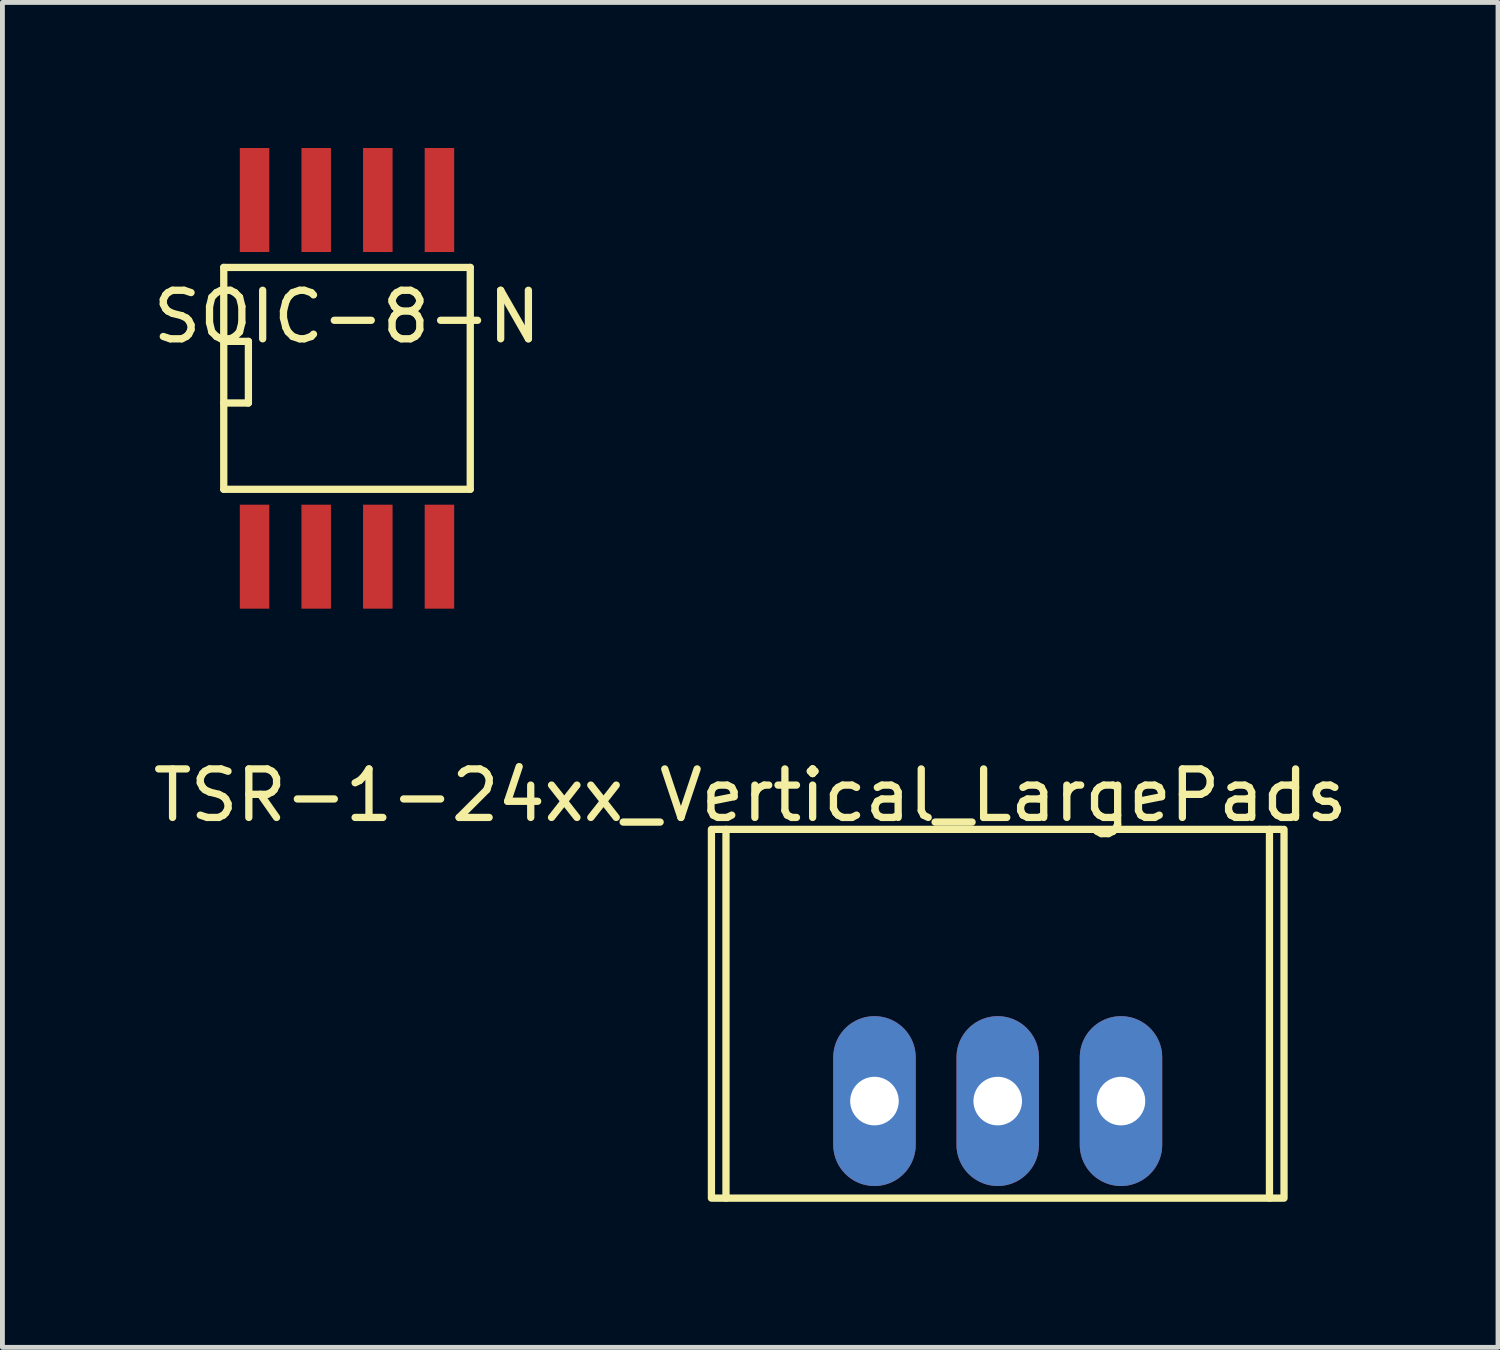
<source format=kicad_pcb>
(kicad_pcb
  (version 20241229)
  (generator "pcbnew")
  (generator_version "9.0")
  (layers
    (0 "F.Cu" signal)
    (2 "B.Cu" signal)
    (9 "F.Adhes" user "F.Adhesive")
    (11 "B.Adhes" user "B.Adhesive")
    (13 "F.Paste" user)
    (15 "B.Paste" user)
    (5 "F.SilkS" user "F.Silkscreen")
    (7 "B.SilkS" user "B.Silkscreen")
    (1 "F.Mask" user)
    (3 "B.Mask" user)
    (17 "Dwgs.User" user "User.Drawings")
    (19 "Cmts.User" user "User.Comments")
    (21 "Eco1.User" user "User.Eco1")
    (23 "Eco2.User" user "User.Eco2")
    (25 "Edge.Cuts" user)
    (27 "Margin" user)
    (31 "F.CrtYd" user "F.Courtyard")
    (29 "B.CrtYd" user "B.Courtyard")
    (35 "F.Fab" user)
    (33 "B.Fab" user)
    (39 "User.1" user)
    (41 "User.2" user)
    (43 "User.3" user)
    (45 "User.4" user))
  (footprint "TSR-1-24xx_Vertical_LargePads"
    (layer "F.Cu")
    (at 17.511 19.641)
    (property "Reference" "TSR-1-24xx_Vertical_LargePads" (at -5.1 -6.3 0) (layer "F.SilkS") (effects (font (size 1 1) (thickness 0.15))))
    (attr through_hole)
    (fp_line (start -5.9 -5.6) (end -5.9 2) (stroke (width 0.15) (type solid)) (layer "F.SilkS"))
    (fp_line (start -5.85 -5.6) (end 5.85 -5.6) (stroke (width 0.15) (type solid)) (layer "F.SilkS"))
    (fp_line (start -5.85 2) (end 5.85 2) (stroke (width 0.15) (type solid)) (layer "F.SilkS"))
    (fp_line (start -5.6 2) (end -5.6 -5.6) (stroke (width 0.15) (type solid)) (layer "F.SilkS"))
    (fp_line (start 5.6 -5.6) (end 5.6 2) (stroke (width 0.15) (type solid)) (layer "F.SilkS"))
    (fp_line (start 5.9 -5.6) (end 5.9 2) (stroke (width 0.15) (type solid)) (layer "F.SilkS"))
    (pad "1" thru_hole oval (at -2.54 0 90) (size 3.5 1.699) (drill 1.001) (layers "*.Cu" "*.Mask"))
    (pad "2" thru_hole oval (at 0 0 90) (size 3.5 1.699) (drill 1.001) (layers "*.Cu" "*.Mask"))
    (pad "3" thru_hole oval (at 2.54 0 90) (size 3.5 1.699) (drill 1.001) (layers "*.Cu" "*.Mask")))
  (footprint "SOIC-8-N"
    (layer "F.Cu")
    (at 4.101 4.747)
    (property "Reference" "SOIC-8-N" (at 0 -1.27 0) (layer "F.SilkS") (effects (font (size 1 1) (thickness 0.15))))
    (attr smd)
    (fp_line (start -2.54 -2.286) (end 2.54 -2.286) (stroke (width 0.15) (type solid)) (layer "F.SilkS"))
    (fp_line (start -2.54 -0.762) (end -2.032 -0.762) (stroke (width 0.15) (type solid)) (layer "F.SilkS"))
    (fp_line (start -2.54 2.286) (end -2.54 -2.286) (stroke (width 0.15) (type solid)) (layer "F.SilkS"))
    (fp_line (start -2.032 -0.762) (end -2.032 0.508) (stroke (width 0.15) (type solid)) (layer "F.SilkS"))
    (fp_line (start -2.032 0.508) (end -2.54 0.508) (stroke (width 0.15) (type solid)) (layer "F.SilkS"))
    (fp_line (start 2.54 -2.286) (end 2.54 2.286) (stroke (width 0.15) (type solid)) (layer "F.SilkS"))
    (fp_line (start 2.54 2.286) (end -2.54 2.286) (stroke (width 0.15) (type solid)) (layer "F.SilkS"))
    (pad "1" smd rect (at -1.905 3.675) (size 0.608 2.143) (layers "F.Cu" "F.Mask" "F.Paste"))
    (pad "2" smd rect (at -0.635 3.675) (size 0.608 2.143) (layers "F.Cu" "F.Mask" "F.Paste"))
    (pad "3" smd rect (at 0.635 3.675) (size 0.608 2.143) (layers "F.Cu" "F.Mask" "F.Paste"))
    (pad "4" smd rect (at 1.905 3.675) (size 0.608 2.143) (layers "F.Cu" "F.Mask" "F.Paste"))
    (pad "5" smd rect (at 1.905 -3.675) (size 0.608 2.143) (layers "F.Cu" "F.Mask" "F.Paste"))
    (pad "6" smd rect (at 0.635 -3.675) (size 0.608 2.143) (layers "F.Cu" "F.Mask" "F.Paste"))
    (pad "7" smd rect (at -0.635 -3.675) (size 0.608 2.143) (layers "F.Cu" "F.Mask" "F.Paste"))
    (pad "8" smd rect (at -1.905 -3.675) (size 0.608 2.143) (layers "F.Cu" "F.Mask" "F.Paste")))
  (gr_rect
    (start -3 -3)
    (end 27.821 24.716)
    (stroke (width 0.1) (type default))
    (fill no)
    (layer "Edge.Cuts")))
</source>
